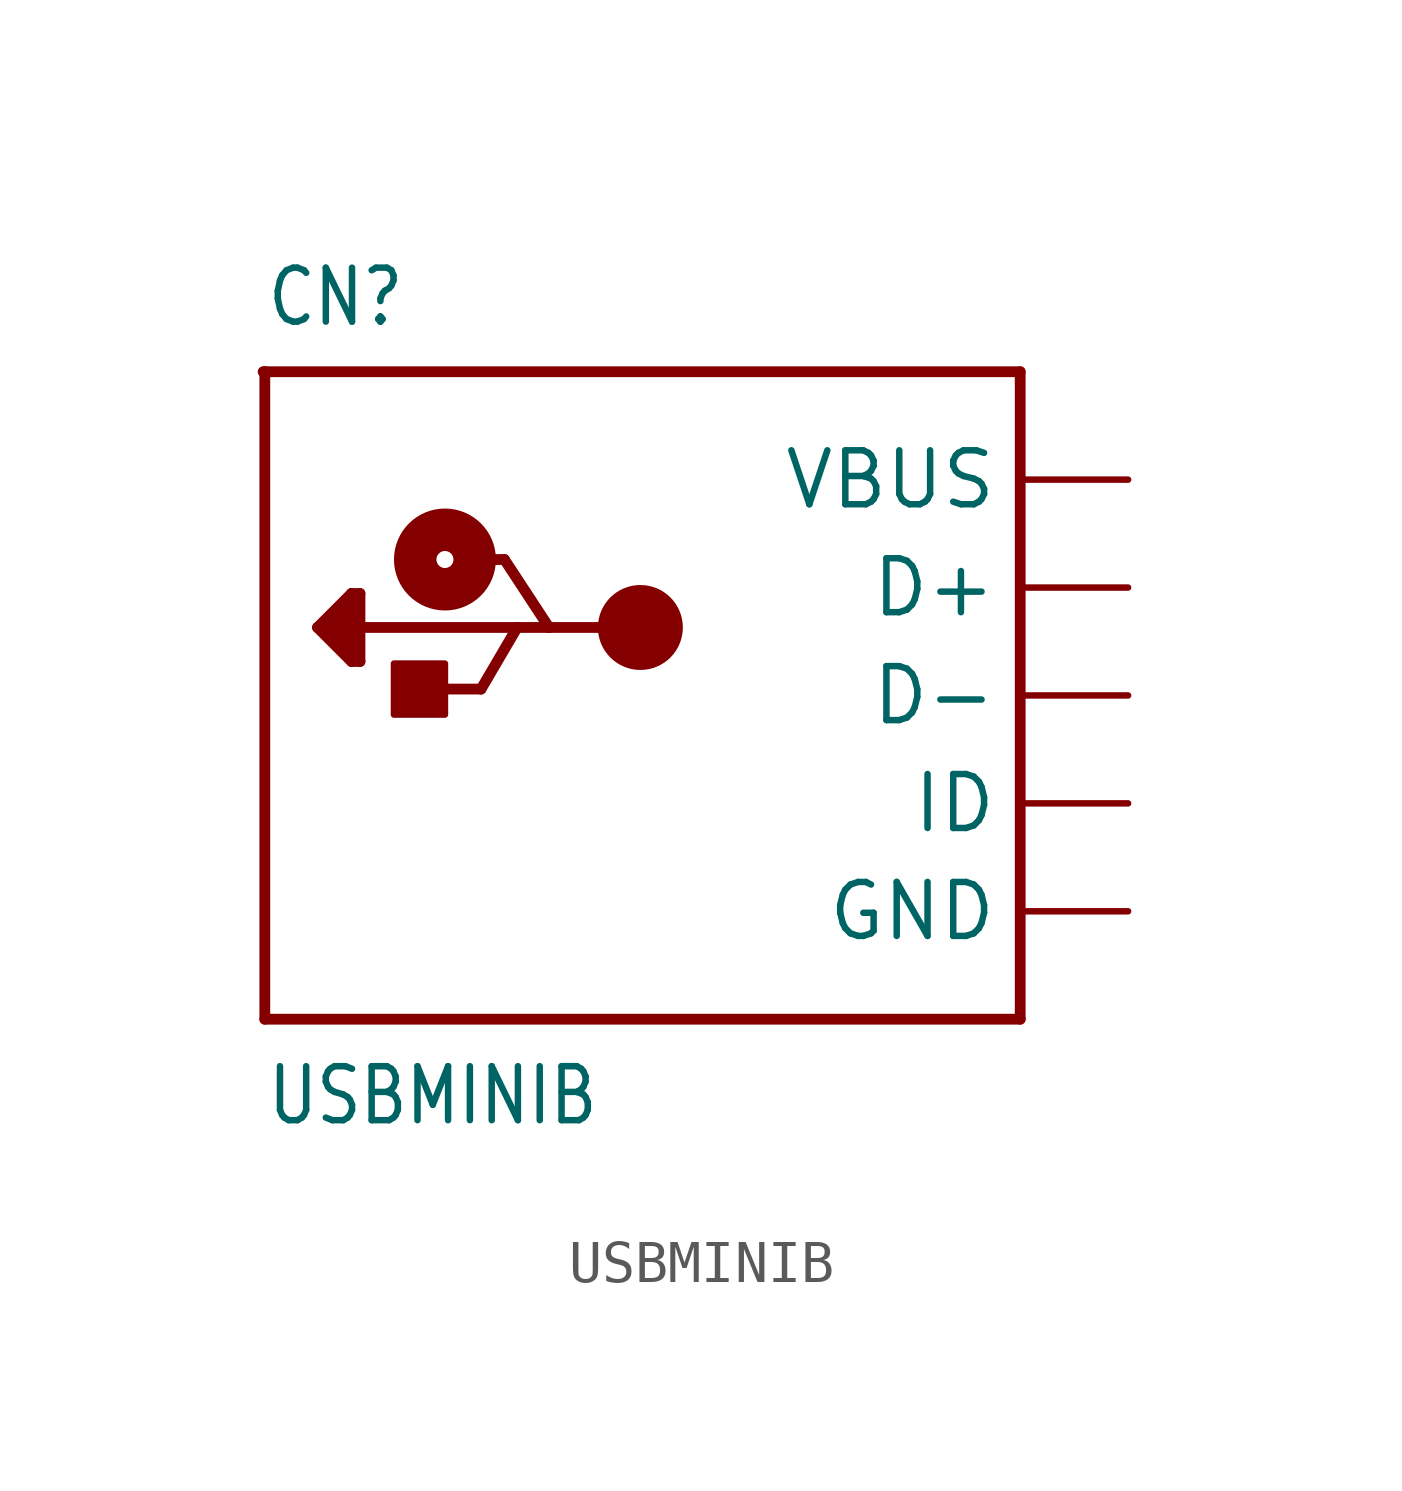
<source format=kicad_sym>
(kicad_symbol_lib
  (version 20211014)
  (generator kicad_symbol_editor)
  (symbol "USBMINIB"
    (property "Reference" "CN"
      (at -10.16 8.636 0)
      (effects (font (size 1.27 1.079)) (justify left bottom)))
    (property "Value" "USBMINIB"
      (at -10.16 -10.16 0)
      (effects (font (size 1.27 1.079)) (justify left bottom)))
    (property "ki_locked" ""
      (at 0 0 0)
      (effects (font (size 1.27 1.27))))
    (symbol "USBMINIB_1_0"
      (rectangle (start -7.12 -0.45) (end -5.92 0.75) (stroke (width 0) (type default) (color 0 0 0 0)) (fill (type outline)))
      (circle (center -5.92 3.2) (radius 0.2) (stroke (width 1) (type default) (color 0 0 0 0)) (fill (type none)))
      (circle (center -1.32 1.6) (radius 0.5) (stroke (width 1) (type default) (color 0 0 0 0)) (fill (type none)))
      (polyline (pts (xy -10.2 7.62) (xy -10.16 7.62)) (stroke (width 0.254) (type default) (color 0 0 0 0)) (fill (type none)))
      (polyline (pts (xy -10.16 -7.62) (xy 7.62 -7.62)) (stroke (width 0.254) (type default) (color 0 0 0 0)) (fill (type none)))
      (polyline (pts (xy -10.16 7.62) (xy -10.16 -7.62)) (stroke (width 0.254) (type default) (color 0 0 0 0)) (fill (type none)))
      (polyline (pts (xy -10.16 7.62) (xy 7.62 7.62)) (stroke (width 0.254) (type default) (color 0 0 0 0)) (fill (type none)))
      (polyline (pts (xy -8.92 1.6) (xy -8.12 2.4)) (stroke (width 0.254) (type default) (color 0 0 0 0)) (fill (type none)))
      (polyline (pts (xy -8.52 1.4) (xy -8.32 1.2)) (stroke (width 0.254) (type default) (color 0 0 0 0)) (fill (type none)))
      (polyline (pts (xy -8.52 1.6) (xy -8.52 1.4)) (stroke (width 0.254) (type default) (color 0 0 0 0)) (fill (type none)))
      (polyline (pts (xy -8.32 1.2) (xy -8.32 2)) (stroke (width 0.254) (type default) (color 0 0 0 0)) (fill (type none)))
      (polyline (pts (xy -8.32 2) (xy -8.72 1.6)) (stroke (width 0.254) (type default) (color 0 0 0 0)) (fill (type none)))
      (polyline (pts (xy -8.12 0.8) (xy -8.92 1.6)) (stroke (width 0.254) (type default) (color 0 0 0 0)) (fill (type none)))
      (polyline (pts (xy -8.12 1) (xy -8.12 2.4)) (stroke (width 0.254) (type default) (color 0 0 0 0)) (fill (type none)))
      (polyline (pts (xy -8.12 2.4) (xy -7.92 2.4)) (stroke (width 0.254) (type default) (color 0 0 0 0)) (fill (type none)))
      (polyline (pts (xy -7.92 0.8) (xy -8.12 0.8)) (stroke (width 0.254) (type default) (color 0 0 0 0)) (fill (type none)))
      (polyline (pts (xy -7.92 1.6) (xy -7.92 0.8)) (stroke (width 0.254) (type default) (color 0 0 0 0)) (fill (type none)))
      (polyline (pts (xy -7.92 2.4) (xy -7.92 1.6)) (stroke (width 0.254) (type default) (color 0 0 0 0)) (fill (type none)))
      (polyline (pts (xy -6.27 0.15) (xy -5.07 0.15)) (stroke (width 0.254) (type default) (color 0 0 0 0)) (fill (type none)))
      (polyline (pts (xy -5.52 3.2) (xy -4.52 3.2)) (stroke (width 0.254) (type default) (color 0 0 0 0)) (fill (type none)))
      (polyline (pts (xy -5.07 0.15) (xy -4.22 1.6)) (stroke (width 0.254) (type default) (color 0 0 0 0)) (fill (type none)))
      (polyline (pts (xy -4.52 3.2) (xy -3.47 1.6)) (stroke (width 0.254) (type default) (color 0 0 0 0)) (fill (type none)))
      (polyline (pts (xy -4.22 1.6) (xy -7.92 1.6)) (stroke (width 0.254) (type default) (color 0 0 0 0)) (fill (type none)))
      (polyline (pts (xy -3.47 1.6) (xy -4.22 1.6)) (stroke (width 0.254) (type default) (color 0 0 0 0)) (fill (type none)))
      (polyline (pts (xy -1.32 1.6) (xy -3.47 1.6)) (stroke (width 0.254) (type default) (color 0 0 0 0)) (fill (type none)))
      (polyline (pts (xy 7.62 7.62) (xy 7.62 -7.62)) (stroke (width 0.254) (type default) (color 0 0 0 0)) (fill (type none)))
      (pin bidirectional line (at 10.16 2.54 180) (length 2.54) (name "D+" (effects (font (size 1.27 1.27)))) (number "D+" (effects (font (size 0 0)))))
      (pin bidirectional line (at 10.16 0 180) (length 2.54) (name "D-" (effects (font (size 1.27 1.27)))) (number "D-" (effects (font (size 0 0)))))
      (pin power_in line (at 10.16 -5.08 180) (length 2.54) (name "GND" (effects (font (size 1.27 1.27)))) (number "GND" (effects (font (size 0 0)))))
      (pin bidirectional line (at 10.16 -2.54 180) (length 2.54) (name "ID" (effects (font (size 1.27 1.27)))) (number "ID" (effects (font (size 0 0)))))
      (pin power_in line (at 10.16 5.08 180) (length 2.54) (name "VBUS" (effects (font (size 1.27 1.27)))) (number "VBUS" (effects (font (size 0 0))))))))
</source>
